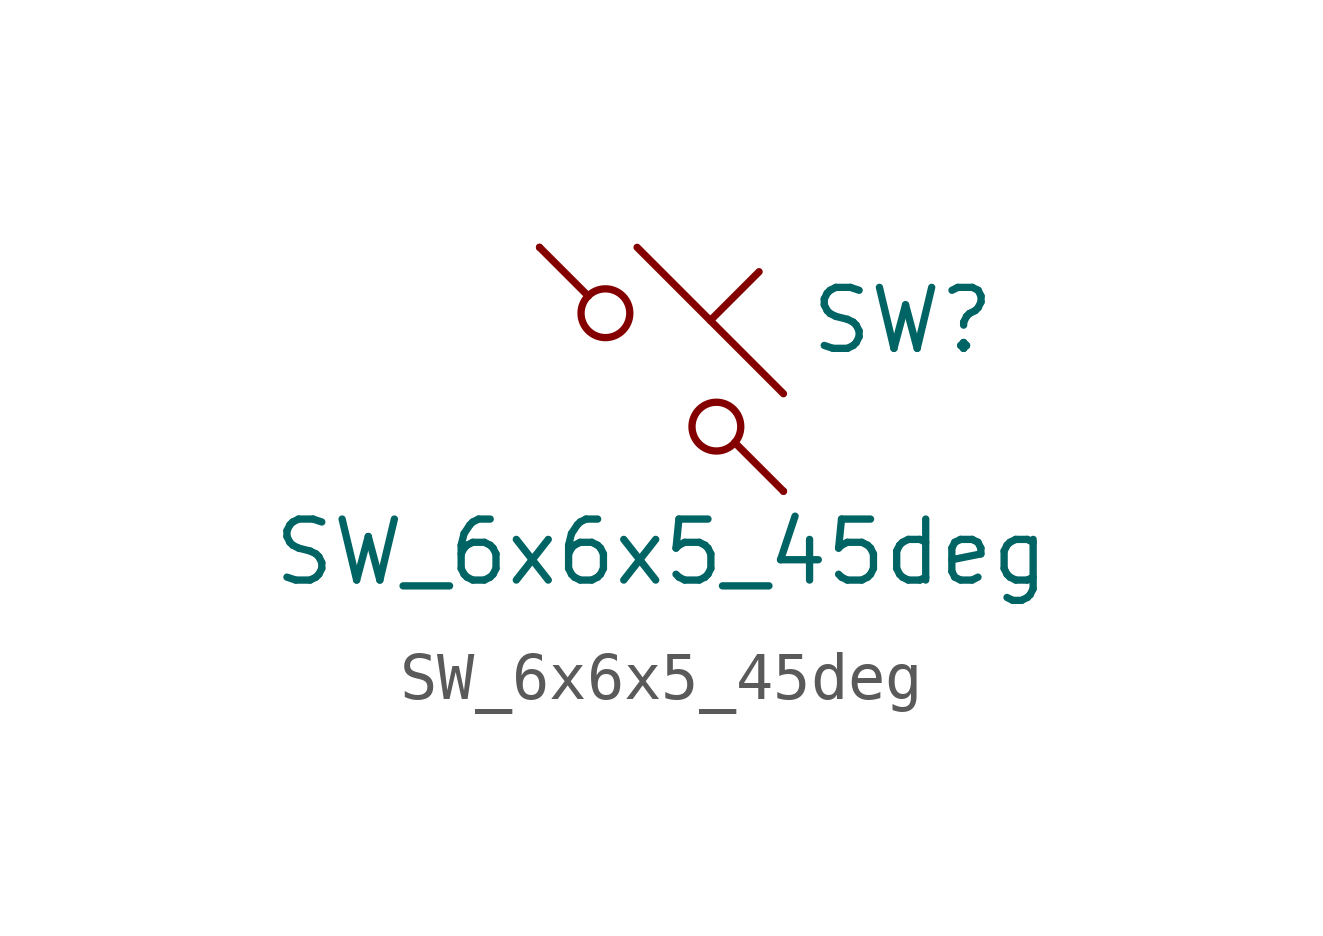
<source format=kicad_sym>
(kicad_symbol_lib
  (version 20220914)
  (generator kicad_symbol_editor)
  (symbol "SW_6x6x5_45deg"
    (pin_numbers hide)
    (pin_names
      (offset 1.016) hide)
    (property "Reference" "SW"
      (at 3.048 1.016 0)
      (effects (font (size 1.27 1.27)) (justify left)))
    (property "Value" "SW_6x6x5_45deg"
      (at 0 -3.81 0)
      (effects (font (size 1.27 1.27))))
    (symbol "SW_6x6x5_45deg_0_1"
      (circle (center -1.168 1.168) (radius 0.508) (stroke (width 0) (type default)) (fill (type none)))
      (polyline (pts (xy -0.508 2.54) (xy 2.54 -0.508)) (stroke (width 0) (type default)) (fill (type none)))
      (polyline (pts (xy 1.016 1.016) (xy 2.032 2.032)) (stroke (width 0) (type default)) (fill (type none)))
      (polyline (pts (xy -2.54 2.54) (xy -1.524 1.524) (xy -1.524 1.524)) (stroke (width 0) (type default)) (fill (type none)))
      (polyline (pts (xy 1.524 -1.524) (xy 2.54 -2.54) (xy 2.54 -2.54) (xy 2.54 -2.54)) (stroke (width 0) (type default)) (fill (type none)))
      (circle (center 1.143 -1.194) (radius 0.508) (stroke (width 0) (type default)) (fill (type none)))
      (pin passive line (at -2.54 2.54 0) (length 0) (name "1" (effects (font (size 1.27 1.27)))) (number "1" (effects (font (size 1.27 1.27)))))
      (pin passive line (at 2.54 -2.54 180) (length 0) (name "2" (effects (font (size 1.27 1.27)))) (number "2" (effects (font (size 1.27 1.27))))))))
</source>
